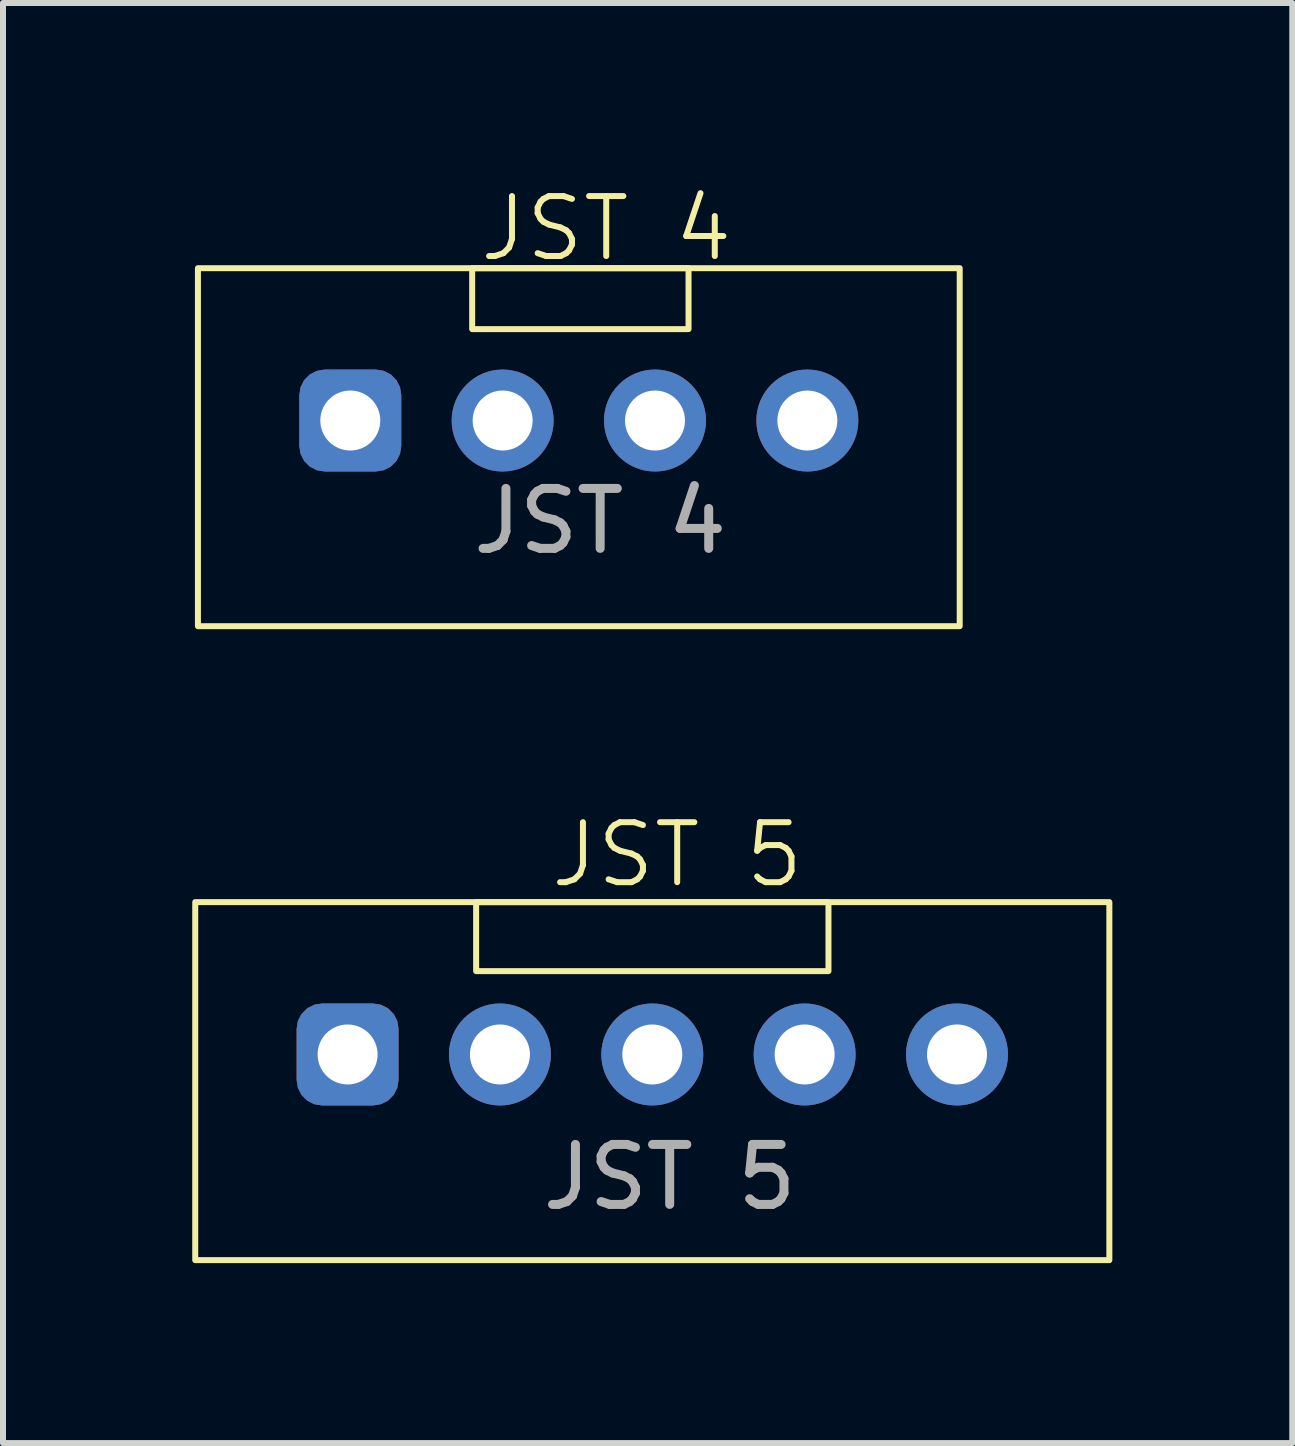
<source format=kicad_pcb>
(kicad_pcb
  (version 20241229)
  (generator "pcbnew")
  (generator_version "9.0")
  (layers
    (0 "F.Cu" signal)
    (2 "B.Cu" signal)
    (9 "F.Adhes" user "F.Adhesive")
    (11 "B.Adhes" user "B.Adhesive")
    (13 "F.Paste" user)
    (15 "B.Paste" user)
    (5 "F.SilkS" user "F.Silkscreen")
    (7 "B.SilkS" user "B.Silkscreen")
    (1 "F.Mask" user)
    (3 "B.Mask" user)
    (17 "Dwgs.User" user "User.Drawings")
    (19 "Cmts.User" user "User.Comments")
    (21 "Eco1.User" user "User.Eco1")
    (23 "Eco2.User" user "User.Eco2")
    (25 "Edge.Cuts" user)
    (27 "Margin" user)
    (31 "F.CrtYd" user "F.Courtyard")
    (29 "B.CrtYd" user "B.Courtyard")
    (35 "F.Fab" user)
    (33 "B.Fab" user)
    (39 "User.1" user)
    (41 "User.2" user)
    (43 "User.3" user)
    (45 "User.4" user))
  (footprint "JST 4"
    (layer "F.Cu")
    (at 0.25 6.552)
    (property "Reference" "JST 4" (at 6.807 -5.791 0) (unlocked yes) (layer "F.SilkS") (effects (font (size 1 1) (thickness 0.1))))
    (attr through_hole)
    (fp_rect (start 0 -5.131) (end 12.7 0.838) (stroke (width 0.1) (type default)) (fill no) (layer "F.SilkS"))
    (fp_rect (start 4.572 -4.115) (end 8.179 -5.131) (stroke (width 0.1) (type default)) (fill no) (layer "F.SilkS"))
    (fp_text user "${REFERENCE}" (at 6.706 -0.914 0) (unlocked yes) (layer "F.Fab") (effects (font (size 1 1) (thickness 0.15))))
    (pad "1" thru_hole roundrect (at 2.54 -2.591) (size 1.7 1.7) (drill 1) (layers "*.Cu" "*.Mask") (roundrect_rratio 0.25))
    (pad "2" thru_hole circle (at 5.08 -2.591) (size 1.7 1.7) (drill 1) (layers "*.Cu" "*.Mask"))
    (pad "3" thru_hole circle (at 7.62 -2.591) (size 1.7 1.7) (drill 1) (layers "*.Cu" "*.Mask"))
    (pad "4" thru_hole circle (at 10.16 -2.591) (size 1.7 1.7) (drill 1) (layers "*.Cu" "*.Mask")))
  (footprint "JST 5"
    (layer "F.Cu")
    (at 0.25 17.105)
    (property "Reference" "JST 5" (at 7.99 -5.905 0) (unlocked yes) (layer "F.SilkS") (effects (font (size 1 1) (thickness 0.1))))
    (attr through_hole)
    (fp_rect (start -0.045 -5.115) (end 15.195 0.854) (stroke (width 0.1) (type default)) (fill no) (layer "F.SilkS"))
    (fp_rect (start 4.638 -3.965) (end 10.512 -5.115) (stroke (width 0.1) (type default)) (fill no) (layer "F.SilkS"))
    (fp_text user "${REFERENCE}" (at 7.865 -0.53 0) (unlocked yes) (layer "F.Fab") (effects (font (size 1 1) (thickness 0.15))))
    (pad "1" thru_hole roundrect (at 2.495 -2.575) (size 1.7 1.7) (drill 1) (layers "*.Cu" "*.Mask") (roundrect_rratio 0.25))
    (pad "2" thru_hole circle (at 5.035 -2.575) (size 1.7 1.7) (drill 1) (layers "*.Cu" "*.Mask"))
    (pad "3" thru_hole circle (at 7.575 -2.575) (size 1.7 1.7) (drill 1) (layers "*.Cu" "*.Mask"))
    (pad "4" thru_hole circle (at 10.115 -2.575) (size 1.7 1.7) (drill 1) (layers "*.Cu" "*.Mask"))
    (pad "5" thru_hole circle (at 12.655 -2.575) (size 1.7 1.7) (drill 1) (layers "*.Cu" "*.Mask")))
  (gr_rect
    (start -3 -3)
    (end 18.495 21.009)
    (stroke (width 0.1) (type default))
    (fill no)
    (layer "Edge.Cuts")))
</source>
